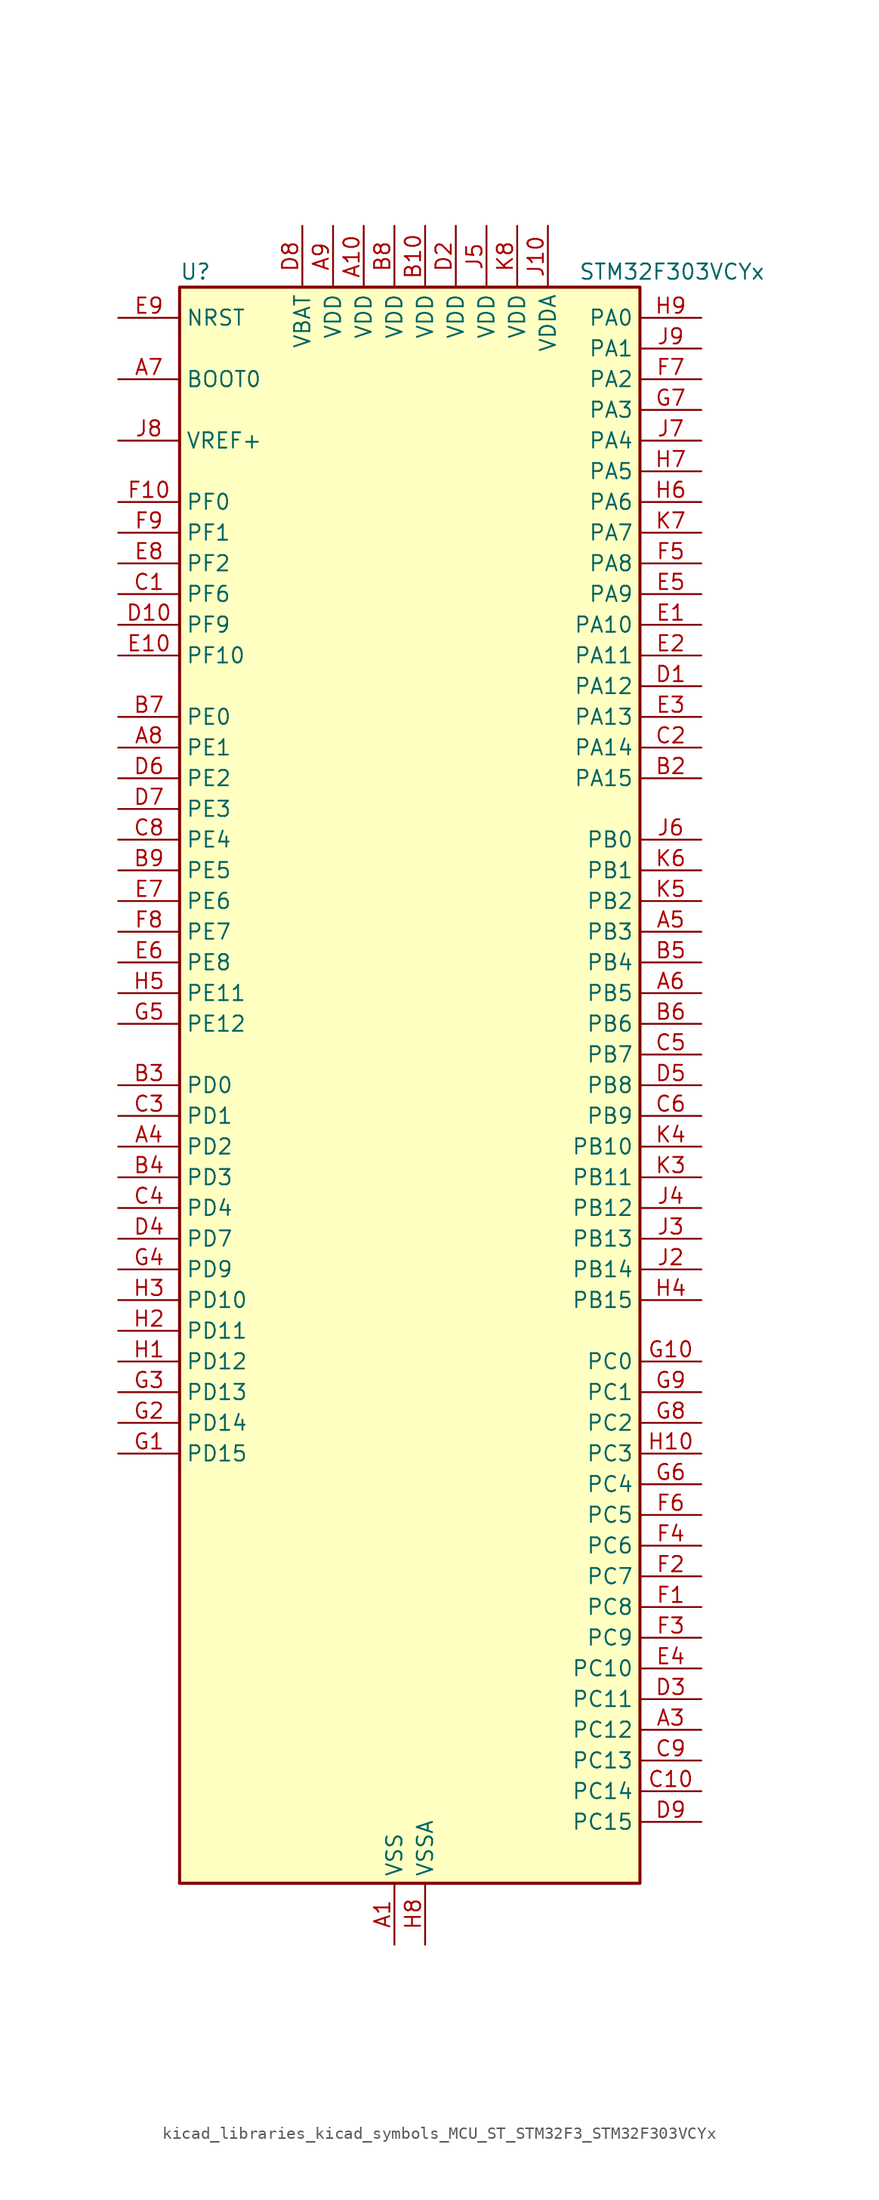
<source format=kicad_sym>
(kicad_symbol_lib
  (version 20220914)
  (generator kicad_symbol_editor)
  (symbol "kicad_libraries_kicad_symbols_MCU_ST_STM32F3_STM32F303VCYx"
    (property "Reference" "U"
      (at -17.78 67.31 0)
      (effects (font (size 1.27 1.27)) (justify left)))
    (property "Value" "STM32F303VCYx"
      (at 15.24 67.31 0)
      (effects (font (size 1.27 1.27)) (justify left)))
    (property "ki_locked" ""
      (at 0 0 0)
      (effects (font (size 1.27 1.27))))
    (symbol "kicad_libraries_kicad_symbols_MCU_ST_STM32F3_STM32F303VCYx_0_1"
      (rectangle (start -17.78 -66.04) (end 20.32 66.04) (stroke (width 0.254) (type default)) (fill (type background))))
    (symbol "kicad_libraries_kicad_symbols_MCU_ST_STM32F3_STM32F303VCYx_1_1"
      (pin power_in line (at 0 -71.12 90) (length 5.08) (name "VSS" (effects (font (size 1.27 1.27)))) (number "A1" (effects (font (size 1.27 1.27)))))
      (pin power_in line (at -2.54 71.12 270) (length 5.08) (name "VDD" (effects (font (size 1.27 1.27)))) (number "A10" (effects (font (size 1.27 1.27)))))
      (pin passive line (at 0 -71.12 90) (length 5.08) hide (name "VSS" (effects (font (size 1.27 1.27)))) (number "A2" (effects (font (size 1.27 1.27)))))
      (pin bidirectional line (at 25.4 -53.34 180) (length 5.08) (name "PC12" (effects (font (size 1.27 1.27)))) (number "A3" (effects (font (size 1.27 1.27)))) (alternate "I2S3_SD" bidirectional line) (alternate "SPI3_MOSI" bidirectional line) (alternate "TIM8_CH3N" bidirectional line) (alternate "UART5_TX" bidirectional line) (alternate "USART3_CK" bidirectional line))
      (pin bidirectional line (at -22.86 -5.08 0) (length 5.08) (name "PD2" (effects (font (size 1.27 1.27)))) (number "A4" (effects (font (size 1.27 1.27)))) (alternate "ADC3_EXTI2" bidirectional line) (alternate "ADC4_EXTI2" bidirectional line) (alternate "TIM3_ETR" bidirectional line) (alternate "TIM8_BKIN" bidirectional line) (alternate "UART5_RX" bidirectional line))
      (pin bidirectional line (at 25.4 12.7 180) (length 5.08) (name "PB3" (effects (font (size 1.27 1.27)))) (number "A5" (effects (font (size 1.27 1.27)))) (alternate "I2S3_CK" bidirectional line) (alternate "SPI1_SCK" bidirectional line) (alternate "SPI3_SCK" bidirectional line) (alternate "SYS_JTDO-TRACESWO" bidirectional line) (alternate "TIM2_CH2" bidirectional line) (alternate "TIM3_ETR" bidirectional line) (alternate "TIM4_ETR" bidirectional line) (alternate "TIM8_CH1N" bidirectional line) (alternate "TSC_G5_IO1" bidirectional line) (alternate "USART2_TX" bidirectional line))
      (pin bidirectional line (at 25.4 7.62 180) (length 5.08) (name "PB5" (effects (font (size 1.27 1.27)))) (number "A6" (effects (font (size 1.27 1.27)))) (alternate "I2C1_SMBA" bidirectional line) (alternate "I2S3_SD" bidirectional line) (alternate "SPI1_MOSI" bidirectional line) (alternate "SPI3_MOSI" bidirectional line) (alternate "TIM16_BKIN" bidirectional line) (alternate "TIM17_CH1" bidirectional line) (alternate "TIM3_CH2" bidirectional line) (alternate "TIM8_CH3N" bidirectional line) (alternate "USART2_CK" bidirectional line))
      (pin input line (at -22.86 58.42 0) (length 5.08) (name "BOOT0" (effects (font (size 1.27 1.27)))) (number "A7" (effects (font (size 1.27 1.27)))))
      (pin bidirectional line (at -22.86 27.94 0) (length 5.08) (name "PE1" (effects (font (size 1.27 1.27)))) (number "A8" (effects (font (size 1.27 1.27)))) (alternate "TIM17_CH1" bidirectional line) (alternate "USART1_RX" bidirectional line))
      (pin power_in line (at -5.08 71.12 270) (length 5.08) (name "VDD" (effects (font (size 1.27 1.27)))) (number "A9" (effects (font (size 1.27 1.27)))))
      (pin passive line (at 0 -71.12 90) (length 5.08) hide (name "VSS" (effects (font (size 1.27 1.27)))) (number "B1" (effects (font (size 1.27 1.27)))))
      (pin power_in line (at 2.54 71.12 270) (length 5.08) (name "VDD" (effects (font (size 1.27 1.27)))) (number "B10" (effects (font (size 1.27 1.27)))))
      (pin bidirectional line (at 25.4 25.4 180) (length 5.08) (name "PA15" (effects (font (size 1.27 1.27)))) (number "B2" (effects (font (size 1.27 1.27)))) (alternate "ADC1_EXTI15" bidirectional line) (alternate "ADC2_EXTI15" bidirectional line) (alternate "I2C1_SCL" bidirectional line) (alternate "I2S3_WS" bidirectional line) (alternate "SPI1_NSS" bidirectional line) (alternate "SPI3_NSS" bidirectional line) (alternate "SYS_JTDI" bidirectional line) (alternate "TIM1_BKIN" bidirectional line) (alternate "TIM2_CH1" bidirectional line) (alternate "TIM2_ETR" bidirectional line) (alternate "TIM8_CH1" bidirectional line) (alternate "USART2_RX" bidirectional line))
      (pin bidirectional line (at -22.86 0 0) (length 5.08) (name "PD0" (effects (font (size 1.27 1.27)))) (number "B3" (effects (font (size 1.27 1.27)))) (alternate "CAN_RX" bidirectional line))
      (pin bidirectional line (at -22.86 -7.62 0) (length 5.08) (name "PD3" (effects (font (size 1.27 1.27)))) (number "B4" (effects (font (size 1.27 1.27)))) (alternate "TIM2_CH1" bidirectional line) (alternate "TIM2_ETR" bidirectional line) (alternate "USART2_CTS" bidirectional line))
      (pin bidirectional line (at 25.4 10.16 180) (length 5.08) (name "PB4" (effects (font (size 1.27 1.27)))) (number "B5" (effects (font (size 1.27 1.27)))) (alternate "I2S3_ext_SD" bidirectional line) (alternate "SPI1_MISO" bidirectional line) (alternate "SPI3_MISO" bidirectional line) (alternate "SYS_NJTRST" bidirectional line) (alternate "TIM16_CH1" bidirectional line) (alternate "TIM17_BKIN" bidirectional line) (alternate "TIM3_CH1" bidirectional line) (alternate "TIM8_CH2N" bidirectional line) (alternate "TSC_G5_IO2" bidirectional line) (alternate "USART2_RX" bidirectional line))
      (pin bidirectional line (at 25.4 5.08 180) (length 5.08) (name "PB6" (effects (font (size 1.27 1.27)))) (number "B6" (effects (font (size 1.27 1.27)))) (alternate "I2C1_SCL" bidirectional line) (alternate "TIM16_CH1N" bidirectional line) (alternate "TIM4_CH1" bidirectional line) (alternate "TIM8_BKIN2" bidirectional line) (alternate "TIM8_CH1" bidirectional line) (alternate "TIM8_ETR" bidirectional line) (alternate "TSC_G5_IO3" bidirectional line) (alternate "USART1_TX" bidirectional line))
      (pin bidirectional line (at -22.86 30.48 0) (length 5.08) (name "PE0" (effects (font (size 1.27 1.27)))) (number "B7" (effects (font (size 1.27 1.27)))) (alternate "TIM16_CH1" bidirectional line) (alternate "TIM4_ETR" bidirectional line) (alternate "USART1_TX" bidirectional line))
      (pin power_in line (at 0 71.12 270) (length 5.08) (name "VDD" (effects (font (size 1.27 1.27)))) (number "B8" (effects (font (size 1.27 1.27)))))
      (pin bidirectional line (at -22.86 17.78 0) (length 5.08) (name "PE5" (effects (font (size 1.27 1.27)))) (number "B9" (effects (font (size 1.27 1.27)))) (alternate "SYS_TRACED2" bidirectional line) (alternate "TIM3_CH4" bidirectional line) (alternate "TSC_G7_IO4" bidirectional line))
      (pin bidirectional line (at -22.86 40.64 0) (length 5.08) (name "PF6" (effects (font (size 1.27 1.27)))) (number "C1" (effects (font (size 1.27 1.27)))) (alternate "I2C2_SCL" bidirectional line) (alternate "TIM4_CH4" bidirectional line) (alternate "USART3_DE" bidirectional line) (alternate "USART3_RTS" bidirectional line))
      (pin bidirectional line (at 25.4 -58.42 180) (length 5.08) (name "PC14" (effects (font (size 1.27 1.27)))) (number "C10" (effects (font (size 1.27 1.27)))) (alternate "RCC_OSC32_IN" bidirectional line))
      (pin bidirectional line (at 25.4 27.94 180) (length 5.08) (name "PA14" (effects (font (size 1.27 1.27)))) (number "C2" (effects (font (size 1.27 1.27)))) (alternate "I2C1_SDA" bidirectional line) (alternate "SYS_JTCK-SWCLK" bidirectional line) (alternate "TIM1_BKIN" bidirectional line) (alternate "TIM8_CH2" bidirectional line) (alternate "TSC_G4_IO4" bidirectional line) (alternate "USART2_TX" bidirectional line))
      (pin bidirectional line (at -22.86 -2.54 0) (length 5.08) (name "PD1" (effects (font (size 1.27 1.27)))) (number "C3" (effects (font (size 1.27 1.27)))) (alternate "CAN_TX" bidirectional line) (alternate "TIM8_BKIN2" bidirectional line) (alternate "TIM8_CH4" bidirectional line))
      (pin bidirectional line (at -22.86 -10.16 0) (length 5.08) (name "PD4" (effects (font (size 1.27 1.27)))) (number "C4" (effects (font (size 1.27 1.27)))) (alternate "TIM2_CH2" bidirectional line) (alternate "USART2_DE" bidirectional line) (alternate "USART2_RTS" bidirectional line))
      (pin bidirectional line (at 25.4 2.54 180) (length 5.08) (name "PB7" (effects (font (size 1.27 1.27)))) (number "C5" (effects (font (size 1.27 1.27)))) (alternate "I2C1_SDA" bidirectional line) (alternate "TIM17_CH1N" bidirectional line) (alternate "TIM3_CH4" bidirectional line) (alternate "TIM4_CH2" bidirectional line) (alternate "TIM8_BKIN" bidirectional line) (alternate "TSC_G5_IO4" bidirectional line) (alternate "USART1_RX" bidirectional line))
      (pin bidirectional line (at 25.4 -2.54 180) (length 5.08) (name "PB9" (effects (font (size 1.27 1.27)))) (number "C6" (effects (font (size 1.27 1.27)))) (alternate "CAN_TX" bidirectional line) (alternate "COMP2_OUT" bidirectional line) (alternate "DAC_EXTI9" bidirectional line) (alternate "I2C1_SDA" bidirectional line) (alternate "IR_OUT" bidirectional line) (alternate "TIM17_CH1" bidirectional line) (alternate "TIM4_CH4" bidirectional line) (alternate "TIM8_CH3" bidirectional line))
      (pin passive line (at 0 -71.12 90) (length 5.08) hide (name "VSS" (effects (font (size 1.27 1.27)))) (number "C7" (effects (font (size 1.27 1.27)))))
      (pin bidirectional line (at -22.86 20.32 0) (length 5.08) (name "PE4" (effects (font (size 1.27 1.27)))) (number "C8" (effects (font (size 1.27 1.27)))) (alternate "SYS_TRACED1" bidirectional line) (alternate "TIM3_CH3" bidirectional line) (alternate "TSC_G7_IO3" bidirectional line))
      (pin bidirectional line (at 25.4 -55.88 180) (length 5.08) (name "PC13" (effects (font (size 1.27 1.27)))) (number "C9" (effects (font (size 1.27 1.27)))) (alternate "RTC_OUT_ALARM" bidirectional line) (alternate "RTC_OUT_CALIB" bidirectional line) (alternate "RTC_TAMP1" bidirectional line) (alternate "RTC_TS" bidirectional line) (alternate "SYS_WKUP2" bidirectional line) (alternate "TIM1_CH1N" bidirectional line))
      (pin bidirectional line (at 25.4 33.02 180) (length 5.08) (name "PA12" (effects (font (size 1.27 1.27)))) (number "D1" (effects (font (size 1.27 1.27)))) (alternate "CAN_TX" bidirectional line) (alternate "COMP2_OUT" bidirectional line) (alternate "TIM16_CH1" bidirectional line) (alternate "TIM1_CH2N" bidirectional line) (alternate "TIM1_ETR" bidirectional line) (alternate "TIM4_CH2" bidirectional line) (alternate "USART1_DE" bidirectional line) (alternate "USART1_RTS" bidirectional line) (alternate "USB_DP" bidirectional line))
      (pin bidirectional line (at -22.86 38.1 0) (length 5.08) (name "PF9" (effects (font (size 1.27 1.27)))) (number "D10" (effects (font (size 1.27 1.27)))) (alternate "DAC_EXTI9" bidirectional line) (alternate "SPI2_SCK" bidirectional line) (alternate "TIM15_CH1" bidirectional line))
      (pin power_in line (at 5.08 71.12 270) (length 5.08) (name "VDD" (effects (font (size 1.27 1.27)))) (number "D2" (effects (font (size 1.27 1.27)))))
      (pin bidirectional line (at 25.4 -50.8 180) (length 5.08) (name "PC11" (effects (font (size 1.27 1.27)))) (number "D3" (effects (font (size 1.27 1.27)))) (alternate "ADC1_EXTI11" bidirectional line) (alternate "ADC2_EXTI11" bidirectional line) (alternate "I2S3_ext_SD" bidirectional line) (alternate "SPI3_MISO" bidirectional line) (alternate "TIM8_CH2N" bidirectional line) (alternate "UART4_RX" bidirectional line) (alternate "USART3_RX" bidirectional line))
      (pin bidirectional line (at -22.86 -12.7 0) (length 5.08) (name "PD7" (effects (font (size 1.27 1.27)))) (number "D4" (effects (font (size 1.27 1.27)))) (alternate "TIM2_CH3" bidirectional line) (alternate "USART2_CK" bidirectional line))
      (pin bidirectional line (at 25.4 0 180) (length 5.08) (name "PB8" (effects (font (size 1.27 1.27)))) (number "D5" (effects (font (size 1.27 1.27)))) (alternate "CAN_RX" bidirectional line) (alternate "COMP1_OUT" bidirectional line) (alternate "I2C1_SCL" bidirectional line) (alternate "TIM16_CH1" bidirectional line) (alternate "TIM1_BKIN" bidirectional line) (alternate "TIM4_CH3" bidirectional line) (alternate "TIM8_CH2" bidirectional line) (alternate "TSC_SYNC" bidirectional line))
      (pin bidirectional line (at -22.86 25.4 0) (length 5.08) (name "PE2" (effects (font (size 1.27 1.27)))) (number "D6" (effects (font (size 1.27 1.27)))) (alternate "ADC3_EXTI2" bidirectional line) (alternate "ADC4_EXTI2" bidirectional line) (alternate "SYS_TRACECK" bidirectional line) (alternate "TIM3_CH1" bidirectional line) (alternate "TSC_G7_IO1" bidirectional line))
      (pin bidirectional line (at -22.86 22.86 0) (length 5.08) (name "PE3" (effects (font (size 1.27 1.27)))) (number "D7" (effects (font (size 1.27 1.27)))) (alternate "SYS_TRACED0" bidirectional line) (alternate "TIM3_CH2" bidirectional line) (alternate "TSC_G7_IO2" bidirectional line))
      (pin power_in line (at -7.62 71.12 270) (length 5.08) (name "VBAT" (effects (font (size 1.27 1.27)))) (number "D8" (effects (font (size 1.27 1.27)))))
      (pin bidirectional line (at 25.4 -60.96 180) (length 5.08) (name "PC15" (effects (font (size 1.27 1.27)))) (number "D9" (effects (font (size 1.27 1.27)))) (alternate "ADC1_EXTI15" bidirectional line) (alternate "ADC2_EXTI15" bidirectional line) (alternate "RCC_OSC32_OUT" bidirectional line))
      (pin bidirectional line (at 25.4 38.1 180) (length 5.08) (name "PA10" (effects (font (size 1.27 1.27)))) (number "E1" (effects (font (size 1.27 1.27)))) (alternate "COMP6_OUT" bidirectional line) (alternate "I2C2_SDA" bidirectional line) (alternate "TIM17_BKIN" bidirectional line) (alternate "TIM1_CH3" bidirectional line) (alternate "TIM2_CH4" bidirectional line) (alternate "TIM8_BKIN" bidirectional line) (alternate "TSC_G4_IO2" bidirectional line) (alternate "USART1_RX" bidirectional line))
      (pin bidirectional line (at -22.86 35.56 0) (length 5.08) (name "PF10" (effects (font (size 1.27 1.27)))) (number "E10" (effects (font (size 1.27 1.27)))) (alternate "SPI2_SCK" bidirectional line) (alternate "TIM15_CH2" bidirectional line))
      (pin bidirectional line (at 25.4 35.56 180) (length 5.08) (name "PA11" (effects (font (size 1.27 1.27)))) (number "E2" (effects (font (size 1.27 1.27)))) (alternate "ADC1_EXTI11" bidirectional line) (alternate "ADC2_EXTI11" bidirectional line) (alternate "CAN_RX" bidirectional line) (alternate "COMP1_OUT" bidirectional line) (alternate "TIM1_BKIN2" bidirectional line) (alternate "TIM1_CH1N" bidirectional line) (alternate "TIM1_CH4" bidirectional line) (alternate "TIM4_CH1" bidirectional line) (alternate "USART1_CTS" bidirectional line) (alternate "USB_DM" bidirectional line))
      (pin bidirectional line (at 25.4 30.48 180) (length 5.08) (name "PA13" (effects (font (size 1.27 1.27)))) (number "E3" (effects (font (size 1.27 1.27)))) (alternate "IR_OUT" bidirectional line) (alternate "SYS_JTMS-SWDIO" bidirectional line) (alternate "TIM16_CH1N" bidirectional line) (alternate "TIM4_CH3" bidirectional line) (alternate "TSC_G4_IO3" bidirectional line) (alternate "USART3_CTS" bidirectional line))
      (pin bidirectional line (at 25.4 -48.26 180) (length 5.08) (name "PC10" (effects (font (size 1.27 1.27)))) (number "E4" (effects (font (size 1.27 1.27)))) (alternate "I2S3_CK" bidirectional line) (alternate "SPI3_SCK" bidirectional line) (alternate "TIM8_CH1N" bidirectional line) (alternate "UART4_TX" bidirectional line) (alternate "USART3_TX" bidirectional line))
      (pin bidirectional line (at 25.4 40.64 180) (length 5.08) (name "PA9" (effects (font (size 1.27 1.27)))) (number "E5" (effects (font (size 1.27 1.27)))) (alternate "COMP5_OUT" bidirectional line) (alternate "DAC_EXTI9" bidirectional line) (alternate "I2C2_SCL" bidirectional line) (alternate "I2S3_MCK" bidirectional line) (alternate "TIM15_BKIN" bidirectional line) (alternate "TIM1_CH2" bidirectional line) (alternate "TIM2_CH3" bidirectional line) (alternate "TSC_G4_IO1" bidirectional line) (alternate "USART1_TX" bidirectional line))
      (pin bidirectional line (at -22.86 10.16 0) (length 5.08) (name "PE8" (effects (font (size 1.27 1.27)))) (number "E6" (effects (font (size 1.27 1.27)))) (alternate "ADC3_IN6" bidirectional line) (alternate "ADC4_IN6" bidirectional line) (alternate "COMP4_INM" bidirectional line) (alternate "TIM1_CH1N" bidirectional line))
      (pin bidirectional line (at -22.86 15.24 0) (length 5.08) (name "PE6" (effects (font (size 1.27 1.27)))) (number "E7" (effects (font (size 1.27 1.27)))) (alternate "RTC_TAMP3" bidirectional line) (alternate "SYS_TRACED3" bidirectional line) (alternate "SYS_WKUP3" bidirectional line))
      (pin bidirectional line (at -22.86 43.18 0) (length 5.08) (name "PF2" (effects (font (size 1.27 1.27)))) (number "E8" (effects (font (size 1.27 1.27)))) (alternate "ADC1_IN10" bidirectional line) (alternate "ADC2_IN10" bidirectional line) (alternate "ADC3_EXTI2" bidirectional line) (alternate "ADC4_EXTI2" bidirectional line))
      (pin input line (at -22.86 63.5 0) (length 5.08) (name "NRST" (effects (font (size 1.27 1.27)))) (number "E9" (effects (font (size 1.27 1.27)))))
      (pin bidirectional line (at 25.4 -43.18 180) (length 5.08) (name "PC8" (effects (font (size 1.27 1.27)))) (number "F1" (effects (font (size 1.27 1.27)))) (alternate "COMP3_OUT" bidirectional line) (alternate "TIM3_CH3" bidirectional line) (alternate "TIM8_CH3" bidirectional line))
      (pin bidirectional line (at -22.86 48.26 0) (length 5.08) (name "PF0" (effects (font (size 1.27 1.27)))) (number "F10" (effects (font (size 1.27 1.27)))) (alternate "I2C2_SDA" bidirectional line) (alternate "RCC_OSC_IN" bidirectional line) (alternate "TIM1_CH3N" bidirectional line))
      (pin bidirectional line (at 25.4 -40.64 180) (length 5.08) (name "PC7" (effects (font (size 1.27 1.27)))) (number "F2" (effects (font (size 1.27 1.27)))) (alternate "COMP5_OUT" bidirectional line) (alternate "I2S3_MCK" bidirectional line) (alternate "TIM3_CH2" bidirectional line) (alternate "TIM8_CH2" bidirectional line))
      (pin bidirectional line (at 25.4 -45.72 180) (length 5.08) (name "PC9" (effects (font (size 1.27 1.27)))) (number "F3" (effects (font (size 1.27 1.27)))) (alternate "DAC_EXTI9" bidirectional line) (alternate "I2S_CKIN" bidirectional line) (alternate "TIM3_CH4" bidirectional line) (alternate "TIM8_BKIN2" bidirectional line) (alternate "TIM8_CH4" bidirectional line))
      (pin bidirectional line (at 25.4 -38.1 180) (length 5.08) (name "PC6" (effects (font (size 1.27 1.27)))) (number "F4" (effects (font (size 1.27 1.27)))) (alternate "COMP6_OUT" bidirectional line) (alternate "I2S2_MCK" bidirectional line) (alternate "TIM3_CH1" bidirectional line) (alternate "TIM8_CH1" bidirectional line))
      (pin bidirectional line (at 25.4 43.18 180) (length 5.08) (name "PA8" (effects (font (size 1.27 1.27)))) (number "F5" (effects (font (size 1.27 1.27)))) (alternate "COMP3_OUT" bidirectional line) (alternate "I2C2_SMBA" bidirectional line) (alternate "I2S2_MCK" bidirectional line) (alternate "RCC_MCO" bidirectional line) (alternate "TIM1_CH1" bidirectional line) (alternate "TIM4_ETR" bidirectional line) (alternate "USART1_CK" bidirectional line))
      (pin bidirectional line (at 25.4 -35.56 180) (length 5.08) (name "PC5" (effects (font (size 1.27 1.27)))) (number "F6" (effects (font (size 1.27 1.27)))) (alternate "ADC2_IN11" bidirectional line) (alternate "OPAMP1_VINM" bidirectional line) (alternate "OPAMP1_VINM_SEC" bidirectional line) (alternate "OPAMP2_VINM" bidirectional line) (alternate "OPAMP2_VINM_SEC" bidirectional line) (alternate "TSC_G3_IO1" bidirectional line) (alternate "USART1_RX" bidirectional line))
      (pin bidirectional line (at 25.4 58.42 180) (length 5.08) (name "PA2" (effects (font (size 1.27 1.27)))) (number "F7" (effects (font (size 1.27 1.27)))) (alternate "ADC1_IN3" bidirectional line) (alternate "ADC3_EXTI2" bidirectional line) (alternate "ADC4_EXTI2" bidirectional line) (alternate "COMP2_INM" bidirectional line) (alternate "COMP2_OUT" bidirectional line) (alternate "OPAMP1_VOUT" bidirectional line) (alternate "TIM15_CH1" bidirectional line) (alternate "TIM2_CH3" bidirectional line) (alternate "TSC_G1_IO3" bidirectional line) (alternate "USART2_TX" bidirectional line))
      (pin bidirectional line (at -22.86 12.7 0) (length 5.08) (name "PE7" (effects (font (size 1.27 1.27)))) (number "F8" (effects (font (size 1.27 1.27)))) (alternate "ADC3_IN13" bidirectional line) (alternate "COMP4_INP" bidirectional line) (alternate "TIM1_ETR" bidirectional line))
      (pin bidirectional line (at -22.86 45.72 0) (length 5.08) (name "PF1" (effects (font (size 1.27 1.27)))) (number "F9" (effects (font (size 1.27 1.27)))) (alternate "I2C2_SCL" bidirectional line) (alternate "RCC_OSC_OUT" bidirectional line))
      (pin bidirectional line (at -22.86 -30.48 0) (length 5.08) (name "PD15" (effects (font (size 1.27 1.27)))) (number "G1" (effects (font (size 1.27 1.27)))) (alternate "ADC1_EXTI15" bidirectional line) (alternate "ADC2_EXTI15" bidirectional line) (alternate "COMP3_INM" bidirectional line) (alternate "SPI2_NSS" bidirectional line) (alternate "TIM4_CH4" bidirectional line) (alternate "TSC_G8_IO4" bidirectional line))
      (pin bidirectional line (at 25.4 -22.86 180) (length 5.08) (name "PC0" (effects (font (size 1.27 1.27)))) (number "G10" (effects (font (size 1.27 1.27)))) (alternate "ADC1_IN6" bidirectional line) (alternate "ADC2_IN6" bidirectional line) (alternate "COMP7_INM" bidirectional line))
      (pin bidirectional line (at -22.86 -27.94 0) (length 5.08) (name "PD14" (effects (font (size 1.27 1.27)))) (number "G2" (effects (font (size 1.27 1.27)))) (alternate "ADC3_IN11" bidirectional line) (alternate "ADC4_IN11" bidirectional line) (alternate "COMP3_INP" bidirectional line) (alternate "OPAMP2_VINP" bidirectional line) (alternate "OPAMP2_VINP_SEC" bidirectional line) (alternate "TIM4_CH3" bidirectional line) (alternate "TSC_G8_IO3" bidirectional line))
      (pin bidirectional line (at -22.86 -25.4 0) (length 5.08) (name "PD13" (effects (font (size 1.27 1.27)))) (number "G3" (effects (font (size 1.27 1.27)))) (alternate "ADC3_IN10" bidirectional line) (alternate "ADC4_IN10" bidirectional line) (alternate "COMP5_INM" bidirectional line) (alternate "TIM4_CH2" bidirectional line) (alternate "TSC_G8_IO2" bidirectional line))
      (pin bidirectional line (at -22.86 -15.24 0) (length 5.08) (name "PD9" (effects (font (size 1.27 1.27)))) (number "G4" (effects (font (size 1.27 1.27)))) (alternate "ADC4_IN13" bidirectional line) (alternate "DAC_EXTI9" bidirectional line) (alternate "USART3_RX" bidirectional line))
      (pin bidirectional line (at -22.86 5.08 0) (length 5.08) (name "PE12" (effects (font (size 1.27 1.27)))) (number "G5" (effects (font (size 1.27 1.27)))) (alternate "ADC3_IN16" bidirectional line) (alternate "TIM1_CH3N" bidirectional line))
      (pin bidirectional line (at 25.4 -33.02 180) (length 5.08) (name "PC4" (effects (font (size 1.27 1.27)))) (number "G6" (effects (font (size 1.27 1.27)))) (alternate "ADC2_IN5" bidirectional line) (alternate "USART1_TX" bidirectional line))
      (pin bidirectional line (at 25.4 55.88 180) (length 5.08) (name "PA3" (effects (font (size 1.27 1.27)))) (number "G7" (effects (font (size 1.27 1.27)))) (alternate "ADC1_IN4" bidirectional line) (alternate "COMP2_INP" bidirectional line) (alternate "OPAMP1_VINM" bidirectional line) (alternate "OPAMP1_VINM_SEC" bidirectional line) (alternate "OPAMP1_VINP" bidirectional line) (alternate "OPAMP1_VINP_SEC" bidirectional line) (alternate "TIM15_CH2" bidirectional line) (alternate "TIM2_CH4" bidirectional line) (alternate "TSC_G1_IO4" bidirectional line) (alternate "USART2_RX" bidirectional line))
      (pin bidirectional line (at 25.4 -27.94 180) (length 5.08) (name "PC2" (effects (font (size 1.27 1.27)))) (number "G8" (effects (font (size 1.27 1.27)))) (alternate "ADC1_IN8" bidirectional line) (alternate "ADC2_IN8" bidirectional line) (alternate "ADC3_EXTI2" bidirectional line) (alternate "ADC4_EXTI2" bidirectional line) (alternate "COMP7_OUT" bidirectional line))
      (pin bidirectional line (at 25.4 -25.4 180) (length 5.08) (name "PC1" (effects (font (size 1.27 1.27)))) (number "G9" (effects (font (size 1.27 1.27)))) (alternate "ADC1_IN7" bidirectional line) (alternate "ADC2_IN7" bidirectional line) (alternate "COMP7_INP" bidirectional line))
      (pin bidirectional line (at -22.86 -22.86 0) (length 5.08) (name "PD12" (effects (font (size 1.27 1.27)))) (number "H1" (effects (font (size 1.27 1.27)))) (alternate "ADC3_IN9" bidirectional line) (alternate "ADC4_IN9" bidirectional line) (alternate "COMP5_INP" bidirectional line) (alternate "TIM4_CH1" bidirectional line) (alternate "TSC_G8_IO1" bidirectional line) (alternate "USART3_DE" bidirectional line) (alternate "USART3_RTS" bidirectional line))
      (pin bidirectional line (at 25.4 -30.48 180) (length 5.08) (name "PC3" (effects (font (size 1.27 1.27)))) (number "H10" (effects (font (size 1.27 1.27)))) (alternate "ADC1_IN9" bidirectional line) (alternate "ADC2_IN9" bidirectional line) (alternate "TIM1_BKIN2" bidirectional line))
      (pin bidirectional line (at -22.86 -20.32 0) (length 5.08) (name "PD11" (effects (font (size 1.27 1.27)))) (number "H2" (effects (font (size 1.27 1.27)))) (alternate "ADC1_EXTI11" bidirectional line) (alternate "ADC2_EXTI11" bidirectional line) (alternate "ADC3_IN8" bidirectional line) (alternate "ADC4_IN8" bidirectional line) (alternate "COMP6_INP" bidirectional line) (alternate "OPAMP4_VINP" bidirectional line) (alternate "OPAMP4_VINP_SEC" bidirectional line) (alternate "USART3_CTS" bidirectional line))
      (pin bidirectional line (at -22.86 -17.78 0) (length 5.08) (name "PD10" (effects (font (size 1.27 1.27)))) (number "H3" (effects (font (size 1.27 1.27)))) (alternate "ADC3_IN7" bidirectional line) (alternate "ADC4_IN7" bidirectional line) (alternate "COMP6_INM" bidirectional line) (alternate "USART3_CK" bidirectional line))
      (pin bidirectional line (at 25.4 -17.78 180) (length 5.08) (name "PB15" (effects (font (size 1.27 1.27)))) (number "H4" (effects (font (size 1.27 1.27)))) (alternate "ADC1_EXTI15" bidirectional line) (alternate "ADC2_EXTI15" bidirectional line) (alternate "ADC4_IN5" bidirectional line) (alternate "COMP6_INM" bidirectional line) (alternate "I2S2_SD" bidirectional line) (alternate "RTC_REFIN" bidirectional line) (alternate "SPI2_MOSI" bidirectional line) (alternate "TIM15_CH1N" bidirectional line) (alternate "TIM15_CH2" bidirectional line) (alternate "TIM1_CH3N" bidirectional line))
      (pin bidirectional line (at -22.86 7.62 0) (length 5.08) (name "PE11" (effects (font (size 1.27 1.27)))) (number "H5" (effects (font (size 1.27 1.27)))) (alternate "ADC1_EXTI11" bidirectional line) (alternate "ADC2_EXTI11" bidirectional line) (alternate "ADC3_IN15" bidirectional line) (alternate "TIM1_CH2" bidirectional line))
      (pin bidirectional line (at 25.4 48.26 180) (length 5.08) (name "PA6" (effects (font (size 1.27 1.27)))) (number "H6" (effects (font (size 1.27 1.27)))) (alternate "ADC2_IN3" bidirectional line) (alternate "COMP1_OUT" bidirectional line) (alternate "OPAMP2_VOUT" bidirectional line) (alternate "SPI1_MISO" bidirectional line) (alternate "TIM16_CH1" bidirectional line) (alternate "TIM1_BKIN" bidirectional line) (alternate "TIM3_CH1" bidirectional line) (alternate "TIM8_BKIN" bidirectional line) (alternate "TSC_G2_IO3" bidirectional line))
      (pin bidirectional line (at 25.4 50.8 180) (length 5.08) (name "PA5" (effects (font (size 1.27 1.27)))) (number "H7" (effects (font (size 1.27 1.27)))) (alternate "ADC2_IN2" bidirectional line) (alternate "COMP1_INM" bidirectional line) (alternate "COMP2_INM" bidirectional line) (alternate "COMP3_INM" bidirectional line) (alternate "COMP4_INM" bidirectional line) (alternate "COMP5_INM" bidirectional line) (alternate "COMP6_INM" bidirectional line) (alternate "COMP7_INM" bidirectional line) (alternate "DAC_OUT2" bidirectional line) (alternate "OPAMP1_VINP" bidirectional line) (alternate "OPAMP1_VINP_SEC" bidirectional line) (alternate "OPAMP2_VINM" bidirectional line) (alternate "OPAMP2_VINM_SEC" bidirectional line) (alternate "OPAMP3_VINP" bidirectional line) (alternate "OPAMP3_VINP_SEC" bidirectional line) (alternate "SPI1_SCK" bidirectional line) (alternate "TIM2_CH1" bidirectional line) (alternate "TIM2_ETR" bidirectional line) (alternate "TSC_G2_IO2" bidirectional line))
      (pin power_in line (at 2.54 -71.12 90) (length 5.08) (name "VSSA" (effects (font (size 1.27 1.27)))) (number "H8" (effects (font (size 1.27 1.27)))))
      (pin bidirectional line (at 25.4 63.5 180) (length 5.08) (name "PA0" (effects (font (size 1.27 1.27)))) (number "H9" (effects (font (size 1.27 1.27)))) (alternate "ADC1_IN1" bidirectional line) (alternate "COMP1_INM" bidirectional line) (alternate "COMP1_OUT" bidirectional line) (alternate "COMP7_INP" bidirectional line) (alternate "RTC_TAMP2" bidirectional line) (alternate "SYS_WKUP1" bidirectional line) (alternate "TIM2_CH1" bidirectional line) (alternate "TIM2_ETR" bidirectional line) (alternate "TIM8_BKIN" bidirectional line) (alternate "TIM8_ETR" bidirectional line) (alternate "TSC_G1_IO1" bidirectional line) (alternate "USART2_CTS" bidirectional line))
      (pin passive line (at 0 -71.12 90) (length 5.08) hide (name "VSS" (effects (font (size 1.27 1.27)))) (number "J1" (effects (font (size 1.27 1.27)))))
      (pin power_in line (at 12.7 71.12 270) (length 5.08) (name "VDDA" (effects (font (size 1.27 1.27)))) (number "J10" (effects (font (size 1.27 1.27)))))
      (pin bidirectional line (at 25.4 -15.24 180) (length 5.08) (name "PB14" (effects (font (size 1.27 1.27)))) (number "J2" (effects (font (size 1.27 1.27)))) (alternate "ADC4_IN4" bidirectional line) (alternate "COMP3_INP" bidirectional line) (alternate "I2S2_ext_SD" bidirectional line) (alternate "OPAMP2_VINP" bidirectional line) (alternate "OPAMP2_VINP_SEC" bidirectional line) (alternate "SPI2_MISO" bidirectional line) (alternate "TIM15_CH1" bidirectional line) (alternate "TIM1_CH2N" bidirectional line) (alternate "TSC_G6_IO4" bidirectional line) (alternate "USART3_DE" bidirectional line) (alternate "USART3_RTS" bidirectional line))
      (pin bidirectional line (at 25.4 -12.7 180) (length 5.08) (name "PB13" (effects (font (size 1.27 1.27)))) (number "J3" (effects (font (size 1.27 1.27)))) (alternate "ADC3_IN5" bidirectional line) (alternate "COMP5_INP" bidirectional line) (alternate "I2S2_CK" bidirectional line) (alternate "OPAMP3_VINP" bidirectional line) (alternate "OPAMP3_VINP_SEC" bidirectional line) (alternate "OPAMP4_VINP" bidirectional line) (alternate "OPAMP4_VINP_SEC" bidirectional line) (alternate "SPI2_SCK" bidirectional line) (alternate "TIM1_CH1N" bidirectional line) (alternate "TSC_G6_IO3" bidirectional line) (alternate "USART3_CTS" bidirectional line))
      (pin bidirectional line (at 25.4 -10.16 180) (length 5.08) (name "PB12" (effects (font (size 1.27 1.27)))) (number "J4" (effects (font (size 1.27 1.27)))) (alternate "ADC4_IN3" bidirectional line) (alternate "COMP3_INM" bidirectional line) (alternate "I2C2_SMBA" bidirectional line) (alternate "I2S2_WS" bidirectional line) (alternate "OPAMP4_VOUT" bidirectional line) (alternate "SPI2_NSS" bidirectional line) (alternate "TIM1_BKIN" bidirectional line) (alternate "TSC_G6_IO2" bidirectional line) (alternate "USART3_CK" bidirectional line))
      (pin power_in line (at 7.62 71.12 270) (length 5.08) (name "VDD" (effects (font (size 1.27 1.27)))) (number "J5" (effects (font (size 1.27 1.27)))))
      (pin bidirectional line (at 25.4 20.32 180) (length 5.08) (name "PB0" (effects (font (size 1.27 1.27)))) (number "J6" (effects (font (size 1.27 1.27)))) (alternate "ADC3_IN12" bidirectional line) (alternate "COMP4_INP" bidirectional line) (alternate "OPAMP2_VINP" bidirectional line) (alternate "OPAMP2_VINP_SEC" bidirectional line) (alternate "OPAMP3_VINP" bidirectional line) (alternate "OPAMP3_VINP_SEC" bidirectional line) (alternate "TIM1_CH2N" bidirectional line) (alternate "TIM3_CH3" bidirectional line) (alternate "TIM8_CH2N" bidirectional line) (alternate "TSC_G3_IO2" bidirectional line))
      (pin bidirectional line (at 25.4 53.34 180) (length 5.08) (name "PA4" (effects (font (size 1.27 1.27)))) (number "J7" (effects (font (size 1.27 1.27)))) (alternate "ADC2_IN1" bidirectional line) (alternate "COMP1_INM" bidirectional line) (alternate "COMP2_INM" bidirectional line) (alternate "COMP3_INM" bidirectional line) (alternate "COMP4_INM" bidirectional line) (alternate "COMP5_INM" bidirectional line) (alternate "COMP6_INM" bidirectional line) (alternate "COMP7_INM" bidirectional line) (alternate "DAC_OUT1" bidirectional line) (alternate "I2S3_WS" bidirectional line) (alternate "OPAMP4_VINP" bidirectional line) (alternate "OPAMP4_VINP_SEC" bidirectional line) (alternate "SPI1_NSS" bidirectional line) (alternate "SPI3_NSS" bidirectional line) (alternate "TIM3_CH2" bidirectional line) (alternate "TSC_G2_IO1" bidirectional line) (alternate "USART2_CK" bidirectional line))
      (pin input line (at -22.86 53.34 0) (length 5.08) (name "VREF+" (effects (font (size 1.27 1.27)))) (number "J8" (effects (font (size 1.27 1.27)))))
      (pin bidirectional line (at 25.4 60.96 180) (length 5.08) (name "PA1" (effects (font (size 1.27 1.27)))) (number "J9" (effects (font (size 1.27 1.27)))) (alternate "ADC1_IN2" bidirectional line) (alternate "COMP1_INP" bidirectional line) (alternate "OPAMP1_VINP" bidirectional line) (alternate "OPAMP1_VINP_SEC" bidirectional line) (alternate "OPAMP3_VINP" bidirectional line) (alternate "OPAMP3_VINP_SEC" bidirectional line) (alternate "RTC_REFIN" bidirectional line) (alternate "TIM15_CH1N" bidirectional line) (alternate "TIM2_CH2" bidirectional line) (alternate "TSC_G1_IO2" bidirectional line) (alternate "USART2_DE" bidirectional line) (alternate "USART2_RTS" bidirectional line))
      (pin passive line (at 0 -71.12 90) (length 5.08) hide (name "VSS" (effects (font (size 1.27 1.27)))) (number "K1" (effects (font (size 1.27 1.27)))))
      (pin passive line (at 0 -71.12 90) (length 5.08) hide (name "VSS" (effects (font (size 1.27 1.27)))) (number "K10" (effects (font (size 1.27 1.27)))))
      (pin passive line (at 0 -71.12 90) (length 5.08) hide (name "VSS" (effects (font (size 1.27 1.27)))) (number "K2" (effects (font (size 1.27 1.27)))))
      (pin bidirectional line (at 25.4 -7.62 180) (length 5.08) (name "PB11" (effects (font (size 1.27 1.27)))) (number "K3" (effects (font (size 1.27 1.27)))) (alternate "ADC1_EXTI11" bidirectional line) (alternate "ADC2_EXTI11" bidirectional line) (alternate "COMP6_INP" bidirectional line) (alternate "OPAMP4_VINP" bidirectional line) (alternate "OPAMP4_VINP_SEC" bidirectional line) (alternate "TIM2_CH4" bidirectional line) (alternate "TSC_G6_IO1" bidirectional line) (alternate "USART3_RX" bidirectional line))
      (pin bidirectional line (at 25.4 -5.08 180) (length 5.08) (name "PB10" (effects (font (size 1.27 1.27)))) (number "K4" (effects (font (size 1.27 1.27)))) (alternate "COMP5_INM" bidirectional line) (alternate "OPAMP3_VINM" bidirectional line) (alternate "OPAMP3_VINM_SEC" bidirectional line) (alternate "OPAMP4_VINM" bidirectional line) (alternate "OPAMP4_VINM_SEC" bidirectional line) (alternate "TIM2_CH3" bidirectional line) (alternate "TSC_SYNC" bidirectional line) (alternate "USART3_TX" bidirectional line))
      (pin bidirectional line (at 25.4 15.24 180) (length 5.08) (name "PB2" (effects (font (size 1.27 1.27)))) (number "K5" (effects (font (size 1.27 1.27)))) (alternate "ADC2_IN12" bidirectional line) (alternate "ADC3_EXTI2" bidirectional line) (alternate "ADC4_EXTI2" bidirectional line) (alternate "COMP4_INM" bidirectional line) (alternate "OPAMP3_VINM" bidirectional line) (alternate "OPAMP3_VINM_SEC" bidirectional line) (alternate "TSC_G3_IO4" bidirectional line))
      (pin bidirectional line (at 25.4 17.78 180) (length 5.08) (name "PB1" (effects (font (size 1.27 1.27)))) (number "K6" (effects (font (size 1.27 1.27)))) (alternate "ADC3_IN1" bidirectional line) (alternate "COMP4_OUT" bidirectional line) (alternate "OPAMP3_VOUT" bidirectional line) (alternate "TIM1_CH3N" bidirectional line) (alternate "TIM3_CH4" bidirectional line) (alternate "TIM8_CH3N" bidirectional line) (alternate "TSC_G3_IO3" bidirectional line))
      (pin bidirectional line (at 25.4 45.72 180) (length 5.08) (name "PA7" (effects (font (size 1.27 1.27)))) (number "K7" (effects (font (size 1.27 1.27)))) (alternate "ADC2_IN4" bidirectional line) (alternate "COMP2_INP" bidirectional line) (alternate "COMP2_OUT" bidirectional line) (alternate "OPAMP1_VINP" bidirectional line) (alternate "OPAMP1_VINP_SEC" bidirectional line) (alternate "OPAMP2_VINP" bidirectional line) (alternate "OPAMP2_VINP_SEC" bidirectional line) (alternate "SPI1_MOSI" bidirectional line) (alternate "TIM17_CH1" bidirectional line) (alternate "TIM1_CH1N" bidirectional line) (alternate "TIM3_CH2" bidirectional line) (alternate "TIM8_CH1N" bidirectional line) (alternate "TSC_G2_IO4" bidirectional line))
      (pin power_in line (at 10.16 71.12 270) (length 5.08) (name "VDD" (effects (font (size 1.27 1.27)))) (number "K8" (effects (font (size 1.27 1.27)))))
      (pin passive line (at 0 -71.12 90) (length 5.08) hide (name "VSS" (effects (font (size 1.27 1.27)))) (number "K9" (effects (font (size 1.27 1.27))))))))
</source>
